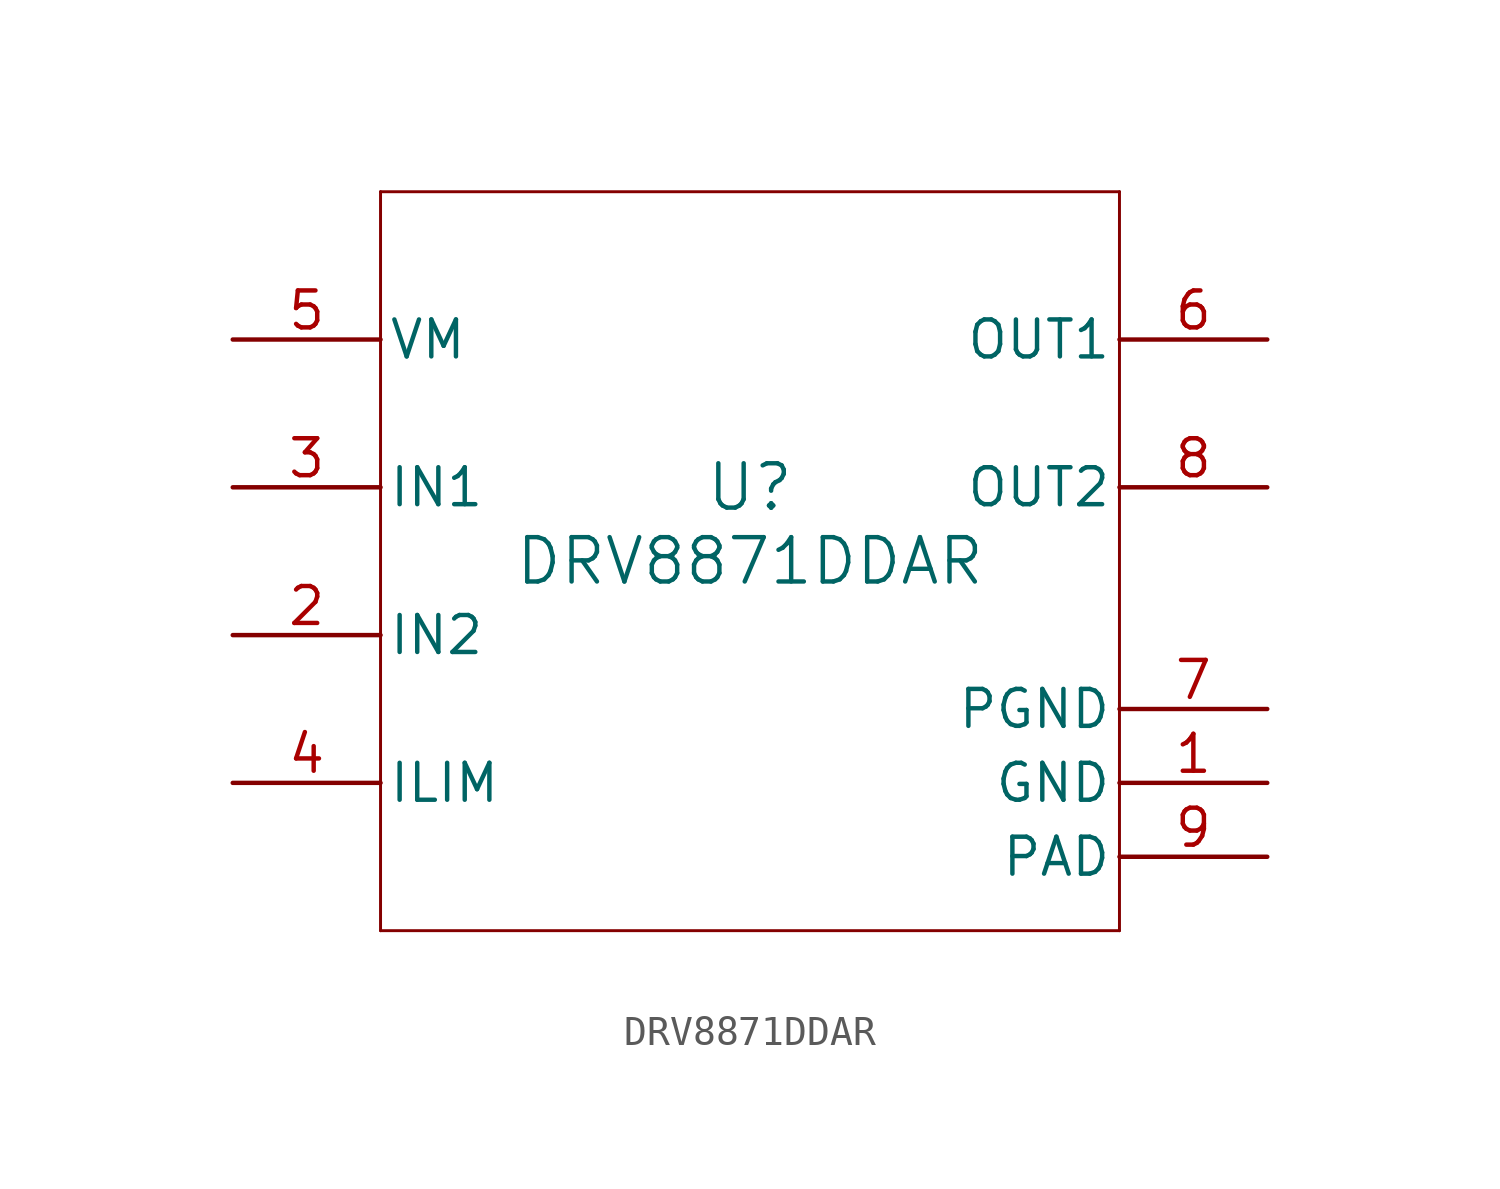
<source format=kicad_sym>
(kicad_symbol_lib
  (version 20211014)
  (generator kicad_symbol_editor)
  (symbol "DRV8871DDAR"
    (pin_names
      (offset 0.254))
    (property "Reference" "U"
      (at 0 2.54 0)
      (effects (font (size 1.524 1.524))))
    (property "Value" "DRV8871DDAR"
      (at 0 0 0)
      (effects (font (size 1.524 1.524))))
    (symbol "DRV8871DDAR_0_1"
      (polyline (pts (xy -12.7 -12.7) (xy 12.7 -12.7)) (stroke (width 0.102) (type default) (color 0 0 0 0)) (fill (type none)))
      (polyline (pts (xy 12.7 -12.7) (xy 12.7 12.7)) (stroke (width 0.102) (type default) (color 0 0 0 0)) (fill (type none)))
      (polyline (pts (xy 12.7 12.7) (xy -12.7 12.7)) (stroke (width 0.102) (type default) (color 0 0 0 0)) (fill (type none)))
      (polyline (pts (xy -12.7 12.7) (xy -12.7 -12.7)) (stroke (width 0.102) (type default) (color 0 0 0 0)) (fill (type none)))
      (pin power_in line (at 17.78 -7.62 180) (length 5.08) (name "GND" (effects (font (size 1.27 1.27)))) (number "1" (effects (font (size 1.27 1.27)))))
      (pin input line (at -17.78 -2.54 0) (length 5.08) (name "IN2" (effects (font (size 1.27 1.27)))) (number "2" (effects (font (size 1.27 1.27)))))
      (pin input line (at -17.78 2.54 0) (length 5.08) (name "IN1" (effects (font (size 1.27 1.27)))) (number "3" (effects (font (size 1.27 1.27)))))
      (pin input line (at -17.78 -7.62 0) (length 5.08) (name "ILIM" (effects (font (size 1.27 1.27)))) (number "4" (effects (font (size 1.27 1.27)))))
      (pin power_in line (at -17.78 7.62 0) (length 5.08) (name "VM" (effects (font (size 1.27 1.27)))) (number "5" (effects (font (size 1.27 1.27)))))
      (pin output line (at 17.78 7.62 180) (length 5.08) (name "OUT1" (effects (font (size 1.27 1.27)))) (number "6" (effects (font (size 1.27 1.27)))))
      (pin power_in line (at 17.78 -5.08 180) (length 5.08) (name "PGND" (effects (font (size 1.27 1.27)))) (number "7" (effects (font (size 1.27 1.27)))))
      (pin output line (at 17.78 2.54 180) (length 5.08) (name "OUT2" (effects (font (size 1.27 1.27)))) (number "8" (effects (font (size 1.27 1.27)))))
      (pin power_in line (at 17.78 -10.16 180) (length 5.08) (name "PAD" (effects (font (size 1.27 1.27)))) (number "9" (effects (font (size 1.27 1.27))))))))
</source>
